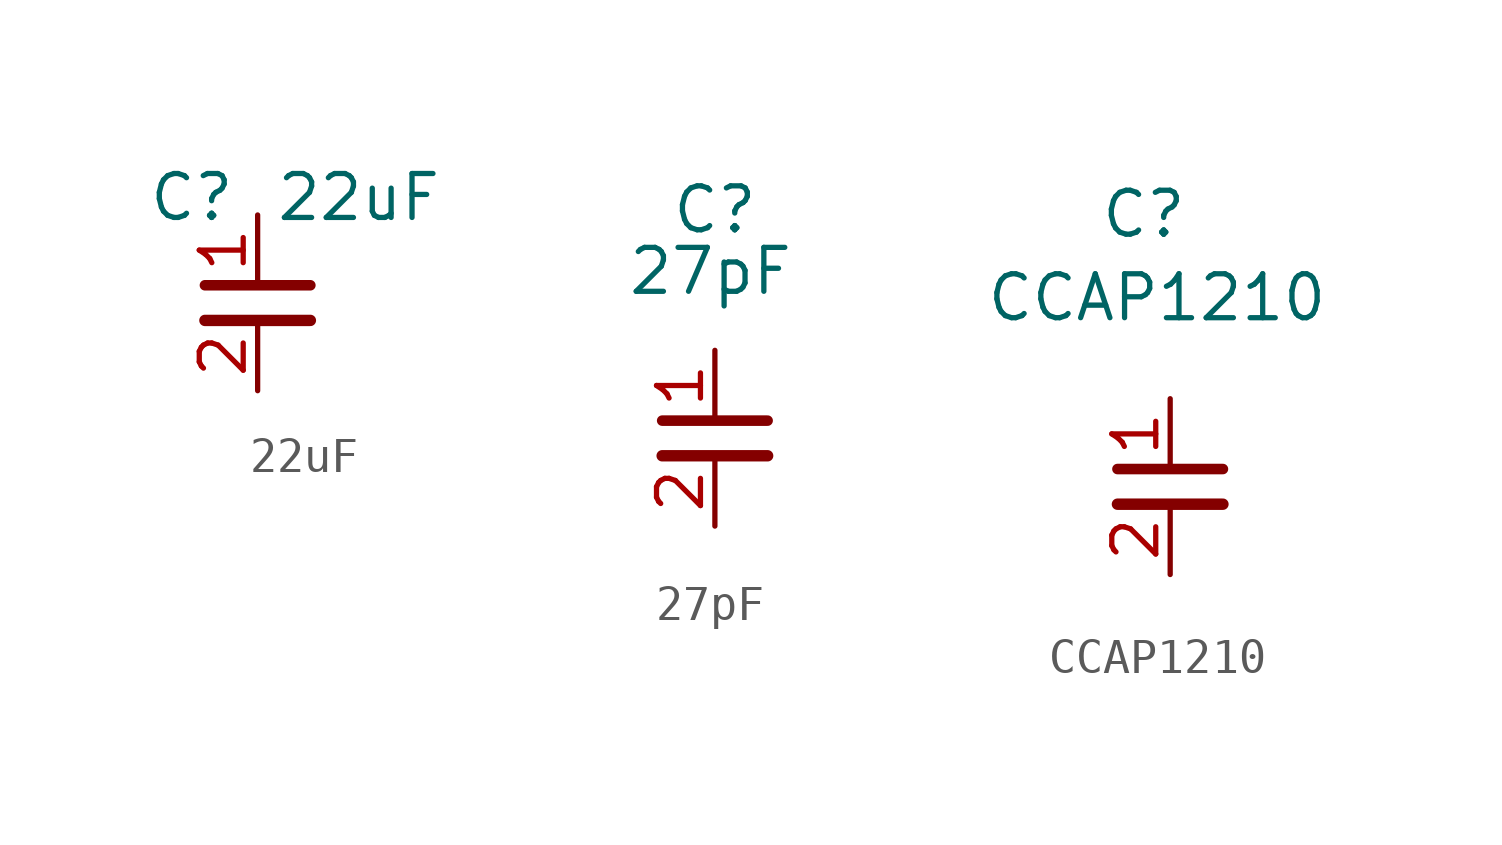
<source format=kicad_sym>
(kicad_symbol_lib
  (version 20241209)
  (generator "kicad_symbol_editor")
  (generator_version "9.0")
  (symbol "22uF"
    (pin_names
      (offset 1.016))
    (property "Reference" "C"
      (at -1.905 3.048 0)
      (effects (font (size 1.27 1.27))))
    (property "Value" "22uF"
      (at 2.921 3.048 0)
      (effects (font (size 1.27 1.27))))
    (symbol "22uF_1_1"
      (polyline (pts (xy -1.524 0.508) (xy 1.524 0.508)) (stroke (width 0.305) (type solid)) (fill (type none)))
      (polyline (pts (xy -1.524 -0.508) (xy 1.524 -0.508)) (stroke (width 0.33) (type solid)) (fill (type none)))
      (pin passive line (at 0 2.54 270) (length 2.032) (name "~" (effects (font (size 1.27 1.27)))) (number "1" (effects (font (size 1.27 1.27)))))
      (pin passive line (at 0 -2.54 90) (length 2.032) (name "~" (effects (font (size 1.27 1.27)))) (number "2" (effects (font (size 1.27 1.27)))))))
  (symbol "27pF"
    (pin_names
      (offset 1.016))
    (property "Reference" "C"
      (at 0 6.604 0)
      (effects (font (size 1.27 1.27))))
    (property "Value" "27pF"
      (at -0.127 4.826 0)
      (effects (font (size 1.27 1.27))))
    (symbol "27pF_1_1"
      (polyline (pts (xy -1.524 0.508) (xy 1.524 0.508)) (stroke (width 0.305) (type solid)) (fill (type none)))
      (polyline (pts (xy -1.524 -0.508) (xy 1.524 -0.508)) (stroke (width 0.33) (type solid)) (fill (type none)))
      (pin passive line (at 0 2.54 270) (length 2.032) (name "~" (effects (font (size 1.27 1.27)))) (number "1" (effects (font (size 1.27 1.27)))))
      (pin passive line (at 0 -2.54 90) (length 2.032) (name "~" (effects (font (size 1.27 1.27)))) (number "2" (effects (font (size 1.27 1.27)))))))
  (symbol "CCAP1210"
    (pin_names
      (offset 1.016))
    (property "Reference" "C"
      (at -0.762 7.874 0)
      (effects (font (size 1.27 1.27))))
    (property "Value" "CCAP1210"
      (at -0.381 5.461 0)
      (effects (font (size 1.27 1.27))))
    (symbol "CCAP1210_1_1"
      (polyline (pts (xy -1.524 0.508) (xy 1.524 0.508)) (stroke (width 0.305) (type solid)) (fill (type none)))
      (polyline (pts (xy -1.524 -0.508) (xy 1.524 -0.508)) (stroke (width 0.33) (type solid)) (fill (type none)))
      (pin passive line (at 0 2.54 270) (length 2.032) (name "~" (effects (font (size 1.27 1.27)))) (number "1" (effects (font (size 1.27 1.27)))))
      (pin passive line (at 0 -2.54 90) (length 2.032) (name "~" (effects (font (size 1.27 1.27)))) (number "2" (effects (font (size 1.27 1.27))))))))
</source>
